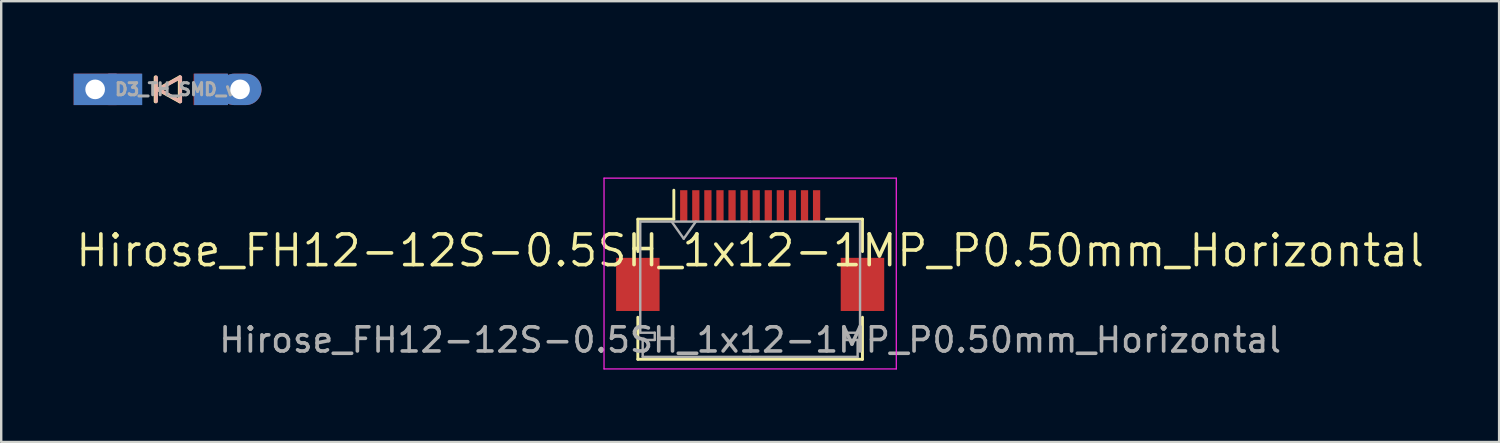
<source format=kicad_pcb>
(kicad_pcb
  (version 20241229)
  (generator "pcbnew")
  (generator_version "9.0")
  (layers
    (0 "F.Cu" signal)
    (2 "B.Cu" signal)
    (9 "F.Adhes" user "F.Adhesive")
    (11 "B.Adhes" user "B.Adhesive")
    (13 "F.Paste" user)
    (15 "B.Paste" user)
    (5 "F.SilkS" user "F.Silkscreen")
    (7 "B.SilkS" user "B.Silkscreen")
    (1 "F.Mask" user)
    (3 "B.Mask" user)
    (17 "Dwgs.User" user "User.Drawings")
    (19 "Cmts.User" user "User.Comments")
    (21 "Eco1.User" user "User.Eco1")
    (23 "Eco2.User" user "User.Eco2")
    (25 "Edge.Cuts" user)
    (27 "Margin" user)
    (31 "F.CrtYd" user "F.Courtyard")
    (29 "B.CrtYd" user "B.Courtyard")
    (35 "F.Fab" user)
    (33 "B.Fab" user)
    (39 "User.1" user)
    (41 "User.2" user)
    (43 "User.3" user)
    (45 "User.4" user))
  (footprint "D3_TH_SMD_v2"
    (layer "F.Cu")
    (at 3.889 0.65)
    (property "Reference" "D3_TH_SMD_v2" (at 0.55 0 180) (layer "F.Fab") (effects (font (size 0.5 0.5) (thickness 0.125))))
    (attr through_hole)
    (fp_line (start -0.5 -0.5) (end -0.5 0.5) (stroke (width 0.15) (type solid)) (layer "F.SilkS"))
    (fp_line (start -0.4 0) (end 0.5 -0.5) (stroke (width 0.15) (type solid)) (layer "F.SilkS"))
    (fp_line (start 0.5 -0.5) (end 0.5 0.5) (stroke (width 0.15) (type solid)) (layer "F.SilkS"))
    (fp_line (start 0.5 0.5) (end -0.4 0) (stroke (width 0.15) (type solid)) (layer "F.SilkS"))
    (fp_line (start -0.475 0.5) (end -0.475 -0.5) (stroke (width 0.15) (type solid)) (layer "B.SilkS"))
    (fp_line (start -0.375 0) (end 0.525 0.5) (stroke (width 0.15) (type solid)) (layer "B.SilkS"))
    (fp_line (start 0.525 -0.5) (end -0.375 0) (stroke (width 0.15) (type solid)) (layer "B.SilkS"))
    (fp_line (start 0.525 0.5) (end 0.525 -0.5) (stroke (width 0.15) (type solid)) (layer "B.SilkS"))
    (pad "1" thru_hole rect (at -3 0) (size 1.778 1.3) (drill 0.813) (layers "*.Cu" "B.Mask"))
    (pad "1" smd rect (at -1.775 0 180) (size 1.4 1.3) (layers "F.Cu" "F.Mask" "F.Paste"))
    (pad "1" smd rect (at -1.75 0) (size 1.4 1.3) (layers "B.Cu" "B.Mask" "B.Paste"))
    (pad "2" smd rect (at 1.775 0 180) (size 1.4 1.3) (layers "F.Cu" "F.Mask" "F.Paste"))
    (pad "2" smd rect (at 1.8 0) (size 1.4 1.3) (layers "B.Cu" "B.Mask" "B.Paste"))
    (pad "2" thru_hole oval (at 3 0) (size 1.778 1.3) (drill 0.813) (layers "*.Cu" "B.Mask")))
  (footprint "Hirose_FH12-12S-0.5SH_1x12-1MP_P0.50mm_Horizontal"
    (layer "F.Cu")
    (at 28.008 7.325)
    (property "Reference" "Hirose_FH12-12S-0.5SH_1x12-1MP_P0.50mm_Horizontal" (at 0 0 180) (layer "F.SilkS") (effects (font (size 1.27 1.27) (thickness 0.15))))
    (attr through_hole)
    (fp_line (start -4.65 -1.3) (end -4.65 0.04) (stroke (width 0.12) (type solid)) (layer "F.SilkS"))
    (fp_line (start -4.65 2.76) (end -4.65 4.5) (stroke (width 0.12) (type solid)) (layer "F.SilkS"))
    (fp_line (start -4.65 4.5) (end 4.65 4.5) (stroke (width 0.12) (type solid)) (layer "F.SilkS"))
    (fp_line (start -3.16 -1.3) (end -4.65 -1.3) (stroke (width 0.12) (type solid)) (layer "F.SilkS"))
    (fp_line (start -3.16 -1.3) (end -3.16 -2.5) (stroke (width 0.12) (type solid)) (layer "F.SilkS"))
    (fp_line (start 3.16 -1.3) (end 4.65 -1.3) (stroke (width 0.12) (type solid)) (layer "F.SilkS"))
    (fp_line (start 4.65 -1.3) (end 4.65 0.04) (stroke (width 0.12) (type solid)) (layer "F.SilkS"))
    (fp_line (start 4.65 4.5) (end 4.65 2.76) (stroke (width 0.12) (type solid)) (layer "F.SilkS"))
    (fp_line (start -6.05 -3) (end -6.05 4.9) (stroke (width 0.05) (type solid)) (layer "F.CrtYd"))
    (fp_line (start -6.05 4.9) (end 6.05 4.9) (stroke (width 0.05) (type solid)) (layer "F.CrtYd"))
    (fp_line (start 6.05 -3) (end -6.05 -3) (stroke (width 0.05) (type solid)) (layer "F.CrtYd"))
    (fp_line (start 6.05 4.9) (end 6.05 -3) (stroke (width 0.05) (type solid)) (layer "F.CrtYd"))
    (fp_line (start -4.55 -1.2) (end -4.55 3.4) (stroke (width 0.1) (type solid)) (layer "F.Fab"))
    (fp_line (start -4.55 3.4) (end -3.95 3.4) (stroke (width 0.1) (type solid)) (layer "F.Fab"))
    (fp_line (start -4.45 3.7) (end -4.45 4.4) (stroke (width 0.1) (type solid)) (layer "F.Fab"))
    (fp_line (start -4.45 4.4) (end 0 4.4) (stroke (width 0.1) (type solid)) (layer "F.Fab"))
    (fp_line (start -3.95 3.4) (end -3.95 3.7) (stroke (width 0.1) (type solid)) (layer "F.Fab"))
    (fp_line (start -3.95 3.7) (end -4.45 3.7) (stroke (width 0.1) (type solid)) (layer "F.Fab"))
    (fp_line (start -3.25 -1.2) (end -2.75 -0.493) (stroke (width 0.1) (type solid)) (layer "F.Fab"))
    (fp_line (start -2.75 -0.493) (end -2.25 -1.2) (stroke (width 0.1) (type solid)) (layer "F.Fab"))
    (fp_line (start 0 -1.2) (end -4.55 -1.2) (stroke (width 0.1) (type solid)) (layer "F.Fab"))
    (fp_line (start 0 -1.2) (end 4.55 -1.2) (stroke (width 0.1) (type solid)) (layer "F.Fab"))
    (fp_line (start 3.95 3.4) (end 3.95 3.7) (stroke (width 0.1) (type solid)) (layer "F.Fab"))
    (fp_line (start 3.95 3.7) (end 4.45 3.7) (stroke (width 0.1) (type solid)) (layer "F.Fab"))
    (fp_line (start 4.45 3.7) (end 4.45 4.4) (stroke (width 0.1) (type solid)) (layer "F.Fab"))
    (fp_line (start 4.45 4.4) (end 0 4.4) (stroke (width 0.1) (type solid)) (layer "F.Fab"))
    (fp_line (start 4.55 -1.2) (end 4.55 3.4) (stroke (width 0.1) (type solid)) (layer "F.Fab"))
    (fp_line (start 4.55 3.4) (end 3.95 3.4) (stroke (width 0.1) (type solid)) (layer "F.Fab"))
    (fp_text user "${REFERENCE}" (at 0 3.7 180) (layer "F.Fab") (effects (font (size 1 1) (thickness 0.15))))
    (pad "1" smd rect (at -2.75 -1.85) (size 0.3 1.3) (layers "F.Cu" "F.Mask" "F.Paste"))
    (pad "2" smd rect (at -2.25 -1.85) (size 0.3 1.3) (layers "F.Cu" "F.Mask" "F.Paste"))
    (pad "3" smd rect (at -1.75 -1.85) (size 0.3 1.3) (layers "F.Cu" "F.Mask" "F.Paste"))
    (pad "4" smd rect (at -1.25 -1.85) (size 0.3 1.3) (layers "F.Cu" "F.Mask" "F.Paste"))
    (pad "5" smd rect (at -0.75 -1.85) (size 0.3 1.3) (layers "F.Cu" "F.Mask" "F.Paste"))
    (pad "6" smd rect (at -0.25 -1.85) (size 0.3 1.3) (layers "F.Cu" "F.Mask" "F.Paste"))
    (pad "7" smd rect (at 0.25 -1.85) (size 0.3 1.3) (layers "F.Cu" "F.Mask" "F.Paste"))
    (pad "8" smd rect (at 0.75 -1.85) (size 0.3 1.3) (layers "F.Cu" "F.Mask" "F.Paste"))
    (pad "9" smd rect (at 1.25 -1.85) (size 0.3 1.3) (layers "F.Cu" "F.Mask" "F.Paste"))
    (pad "10" smd rect (at 1.75 -1.85) (size 0.3 1.3) (layers "F.Cu" "F.Mask" "F.Paste"))
    (pad "11" smd rect (at 2.25 -1.85) (size 0.3 1.3) (layers "F.Cu" "F.Mask" "F.Paste"))
    (pad "12" smd rect (at 2.75 -1.85) (size 0.3 1.3) (layers "F.Cu" "F.Mask" "F.Paste"))
    (pad "MP" smd rect (at -4.65 1.4) (size 1.8 2.2) (layers "F.Cu" "F.Mask" "F.Paste"))
    (pad "MP" smd rect (at 4.65 1.4) (size 1.8 2.2) (layers "F.Cu" "F.Mask" "F.Paste")))
  (gr_rect
    (start -3 -3)
    (end 59.016 15.25)
    (stroke (width 0.1) (type default))
    (fill no)
    (layer "Edge.Cuts")))
</source>
